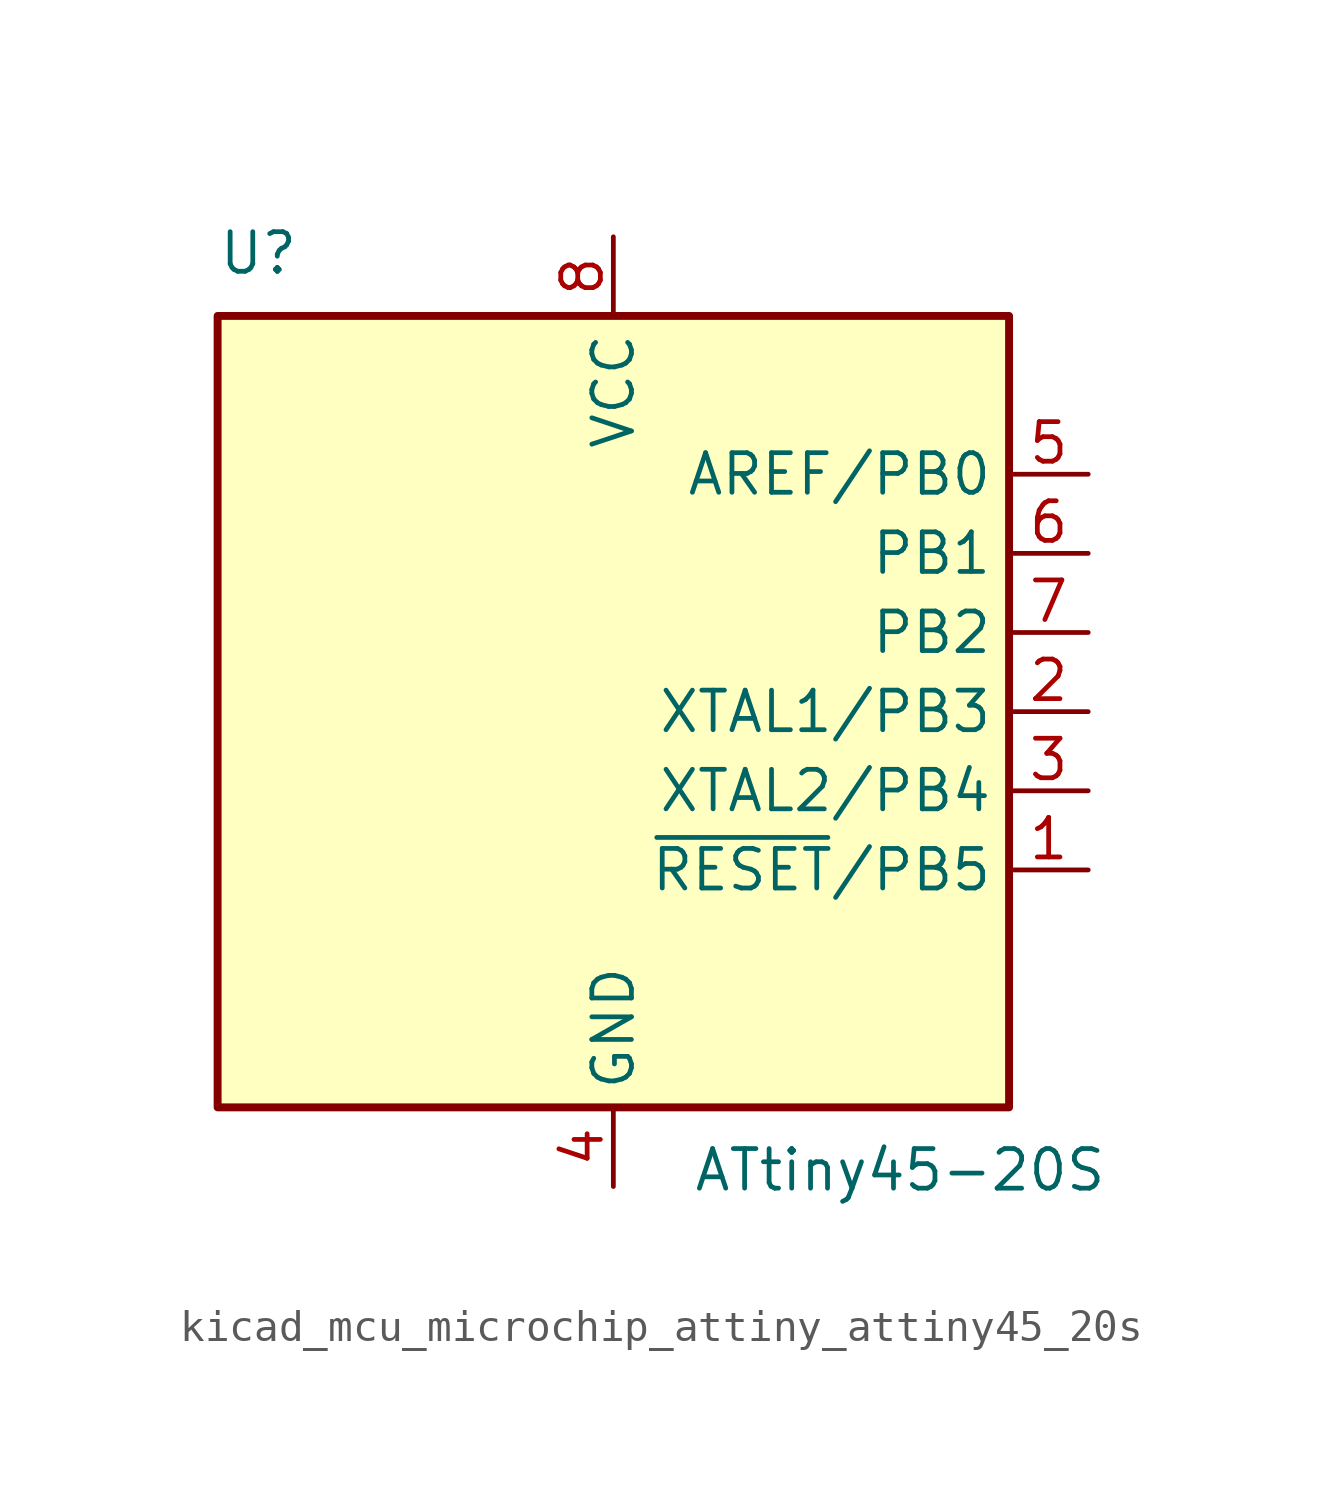
<source format=kicad_sym>
(kicad_symbol_lib
  (version 20220914)
  (generator kicad_symbol_editor)
  (symbol "kicad_mcu_microchip_attiny_attiny45_20s"
    (property "Reference" "U"
      (at -12.7 13.97 0)
      (effects (font (size 1.27 1.27)) (justify left bottom)))
    (property "Value" "ATtiny45-20S"
      (at 2.54 -13.97 0)
      (effects (font (size 1.27 1.27)) (justify left top)))
    (symbol "kicad_mcu_microchip_attiny_attiny45_20s_0_1"
      (rectangle (start -12.7 -12.7) (end 12.7 12.7) (stroke (width 0.254) (type default)) (fill (type background))))
    (symbol "kicad_mcu_microchip_attiny_attiny45_20s_1_1"
      (pin bidirectional line (at 15.24 -5.08 180) (length 2.54) (name "~{RESET}/PB5" (effects (font (size 1.27 1.27)))) (number "1" (effects (font (size 1.27 1.27)))))
      (pin bidirectional line (at 15.24 0 180) (length 2.54) (name "XTAL1/PB3" (effects (font (size 1.27 1.27)))) (number "2" (effects (font (size 1.27 1.27)))))
      (pin bidirectional line (at 15.24 -2.54 180) (length 2.54) (name "XTAL2/PB4" (effects (font (size 1.27 1.27)))) (number "3" (effects (font (size 1.27 1.27)))))
      (pin power_in line (at 0 -15.24 90) (length 2.54) (name "GND" (effects (font (size 1.27 1.27)))) (number "4" (effects (font (size 1.27 1.27)))))
      (pin bidirectional line (at 15.24 7.62 180) (length 2.54) (name "AREF/PB0" (effects (font (size 1.27 1.27)))) (number "5" (effects (font (size 1.27 1.27)))))
      (pin bidirectional line (at 15.24 5.08 180) (length 2.54) (name "PB1" (effects (font (size 1.27 1.27)))) (number "6" (effects (font (size 1.27 1.27)))))
      (pin bidirectional line (at 15.24 2.54 180) (length 2.54) (name "PB2" (effects (font (size 1.27 1.27)))) (number "7" (effects (font (size 1.27 1.27)))))
      (pin power_in line (at 0 15.24 270) (length 2.54) (name "VCC" (effects (font (size 1.27 1.27)))) (number "8" (effects (font (size 1.27 1.27))))))))
</source>
